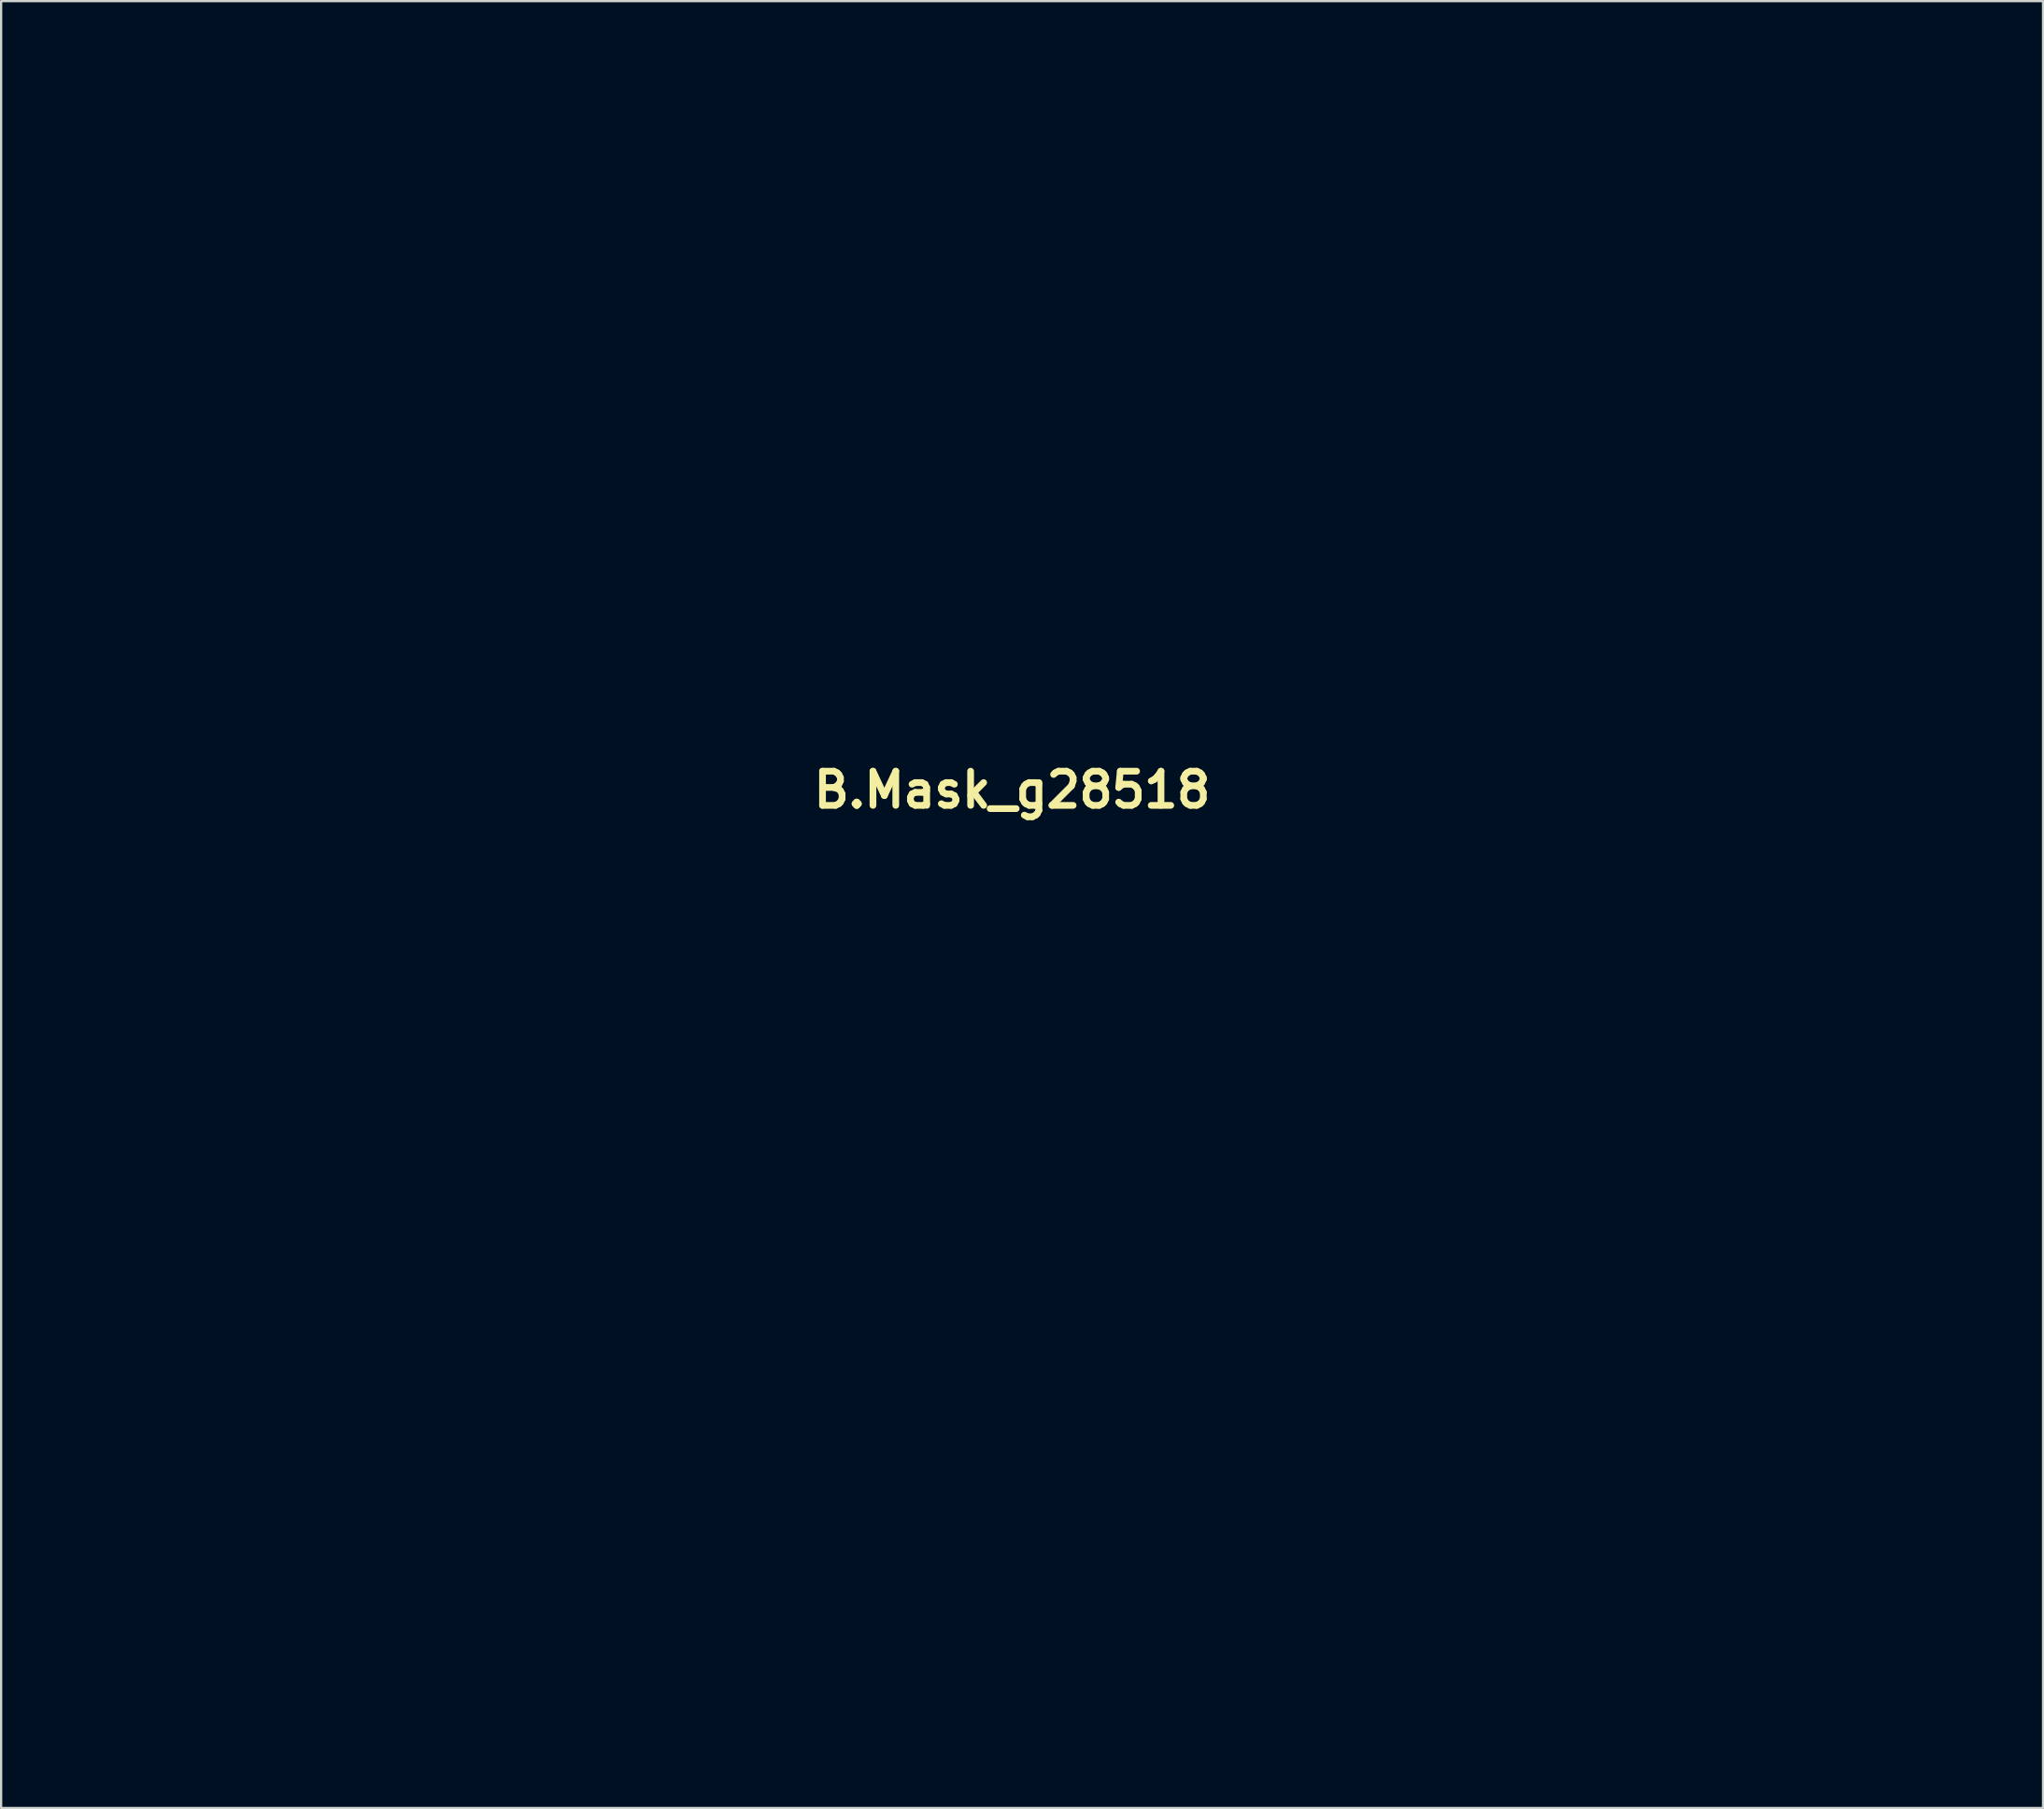
<source format=kicad_pcb>
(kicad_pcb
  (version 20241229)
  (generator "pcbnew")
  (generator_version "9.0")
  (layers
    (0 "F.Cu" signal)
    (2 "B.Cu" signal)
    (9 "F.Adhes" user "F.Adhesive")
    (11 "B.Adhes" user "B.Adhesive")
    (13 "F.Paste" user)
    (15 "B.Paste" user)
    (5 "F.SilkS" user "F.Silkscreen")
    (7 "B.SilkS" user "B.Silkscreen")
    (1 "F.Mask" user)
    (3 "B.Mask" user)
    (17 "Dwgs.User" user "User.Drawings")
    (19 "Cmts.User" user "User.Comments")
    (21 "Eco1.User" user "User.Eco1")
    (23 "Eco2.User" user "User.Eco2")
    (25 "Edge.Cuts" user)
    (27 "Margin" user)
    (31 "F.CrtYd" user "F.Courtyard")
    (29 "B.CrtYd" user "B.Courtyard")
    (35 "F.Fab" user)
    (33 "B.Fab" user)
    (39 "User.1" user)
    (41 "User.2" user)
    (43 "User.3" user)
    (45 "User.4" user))
  (footprint "B.Mask_g28518"
    (layer "F.Cu")
    (at 42.089 32.171)
    (property "Reference" "B.Mask_g28518" (at 0 0 0) (layer "F.SilkS") (effects (font (size 1.524 1.524) (thickness 0.3))))
    (attr through_hole)
    (fp_poly (pts (xy 39.532 12.992) (xy 39.834 13.061) (xy 40.126 13.168) (xy 40.411 13.311) (xy 40.619 13.443) (xy 40.893 13.651) (xy 41.135 13.878) (xy 41.347 14.126) (xy 41.529 14.398) (xy 41.683 14.696) (xy 41.81 15.022) (xy 41.912 15.377) (xy 41.989 15.766) (xy 42.02 15.981) (xy 42.03 16.091) (xy 42.038 16.235) (xy 42.043 16.405) (xy 42.046 16.591) (xy 42.046 16.785) (xy 42.044 16.979) (xy 42.04 17.165) (xy 42.033 17.333) (xy 42.024 17.476) (xy 42.02 17.526) (xy 41.945 18.126) (xy 41.839 18.753) (xy 41.703 19.405) (xy 41.538 20.082) (xy 41.392 20.613) (xy 41.265 21.023) (xy 41.121 21.425) (xy 40.958 21.825) (xy 40.775 22.227) (xy 40.568 22.636) (xy 40.335 23.056) (xy 40.075 23.492) (xy 39.785 23.947) (xy 39.671 24.119) (xy 39.519 24.345) (xy 39.373 24.558) (xy 39.231 24.759) (xy 39.088 24.955) (xy 38.944 25.147) (xy 38.794 25.34) (xy 38.635 25.538) (xy 38.465 25.743) (xy 38.281 25.96) (xy 38.08 26.193) (xy 37.859 26.444) (xy 37.615 26.717) (xy 37.345 27.016) (xy 37.285 27.083) (xy 37.031 27.362) (xy 36.775 27.642) (xy 36.517 27.922) (xy 36.259 28.201) (xy 36.005 28.475) (xy 35.754 28.743) (xy 35.509 29.004) (xy 35.272 29.255) (xy 35.044 29.494) (xy 34.828 29.72) (xy 34.625 29.931) (xy 34.436 30.124) (xy 34.265 30.299) (xy 34.112 30.453) (xy 33.979 30.584) (xy 33.868 30.69) (xy 33.781 30.77) (xy 33.72 30.822) (xy 33.697 30.838) (xy 33.634 30.87) (xy 33.581 30.878) (xy 33.514 30.865) (xy 33.51 30.864) (xy 33.475 30.849) (xy 33.435 30.819) (xy 33.385 30.771) (xy 33.323 30.703) (xy 33.246 30.611) (xy 33.152 30.493) (xy 33.039 30.345) (xy 32.957 30.237) (xy 32.689 29.875) (xy 32.433 29.52) (xy 32.191 29.174) (xy 31.964 28.84) (xy 31.755 28.522) (xy 31.565 28.223) (xy 31.397 27.945) (xy 31.253 27.692) (xy 31.134 27.467) (xy 31.107 27.411) (xy 31.005 27.188) (xy 30.918 26.968) (xy 30.843 26.746) (xy 30.78 26.518) (xy 30.729 26.279) (xy 30.69 26.026) (xy 30.661 25.754) (xy 30.642 25.459) (xy 30.633 25.137) (xy 30.632 24.784) (xy 30.64 24.396) (xy 30.647 24.172) (xy 30.661 23.815) (xy 30.677 23.496) (xy 30.694 23.21) (xy 30.713 22.954) (xy 30.736 22.723) (xy 30.762 22.513) (xy 30.791 22.32) (xy 30.825 22.139) (xy 30.863 21.966) (xy 30.907 21.797) (xy 30.926 21.728) (xy 31.143 21.039) (xy 31.391 20.361) (xy 31.668 19.698) (xy 31.973 19.052) (xy 32.305 18.424) (xy 32.662 17.817) (xy 33.042 17.234) (xy 33.444 16.677) (xy 33.867 16.147) (xy 34.308 15.648) (xy 34.766 15.182) (xy 35.241 14.75) (xy 35.729 14.356) (xy 35.941 14.2) (xy 36.234 13.999) (xy 36.525 13.819) (xy 36.829 13.648) (xy 37.042 13.539) (xy 37.447 13.35) (xy 37.834 13.197) (xy 38.204 13.082) (xy 38.557 13.004) (xy 38.895 12.963) (xy 39.22 12.959) (xy 39.532 12.992)) (stroke (width 0.01) (type solid)) (fill yes) (layer "B.Mask"))
    (fp_poly (pts (xy 14.937 17.105) (xy 15.217 17.108) (xy 15.468 17.112) (xy 15.687 17.119) (xy 15.814 17.124) (xy 16.182 17.146) (xy 16.511 17.175) (xy 16.805 17.212) (xy 17.066 17.258) (xy 17.297 17.312) (xy 17.503 17.377) (xy 17.685 17.453) (xy 17.848 17.541) (xy 17.993 17.642) (xy 18.099 17.732) (xy 18.281 17.926) (xy 18.447 18.157) (xy 18.598 18.422) (xy 18.731 18.719) (xy 18.848 19.045) (xy 18.947 19.396) (xy 19.028 19.772) (xy 19.091 20.168) (xy 19.135 20.582) (xy 19.16 21.012) (xy 19.165 21.455) (xy 19.15 21.908) (xy 19.114 22.368) (xy 19.057 22.834) (xy 19.016 23.093) (xy 18.934 23.516) (xy 18.83 23.937) (xy 18.704 24.359) (xy 18.553 24.788) (xy 18.375 25.23) (xy 18.169 25.69) (xy 17.98 26.08) (xy 17.716 26.586) (xy 17.432 27.091) (xy 17.129 27.593) (xy 16.811 28.089) (xy 16.48 28.576) (xy 16.137 29.051) (xy 15.786 29.51) (xy 15.43 29.95) (xy 15.07 30.369) (xy 14.709 30.762) (xy 14.35 31.127) (xy 13.995 31.461) (xy 13.646 31.761) (xy 13.306 32.023) (xy 13.303 32.025) (xy 12.895 32.294) (xy 12.462 32.531) (xy 12.009 32.733) (xy 11.539 32.898) (xy 11.056 33.026) (xy 10.565 33.114) (xy 10.562 33.115) (xy 10.404 33.133) (xy 10.224 33.146) (xy 10.033 33.155) (xy 9.844 33.159) (xy 9.668 33.157) (xy 9.518 33.15) (xy 9.472 33.146) (xy 9.179 33.106) (xy 8.92 33.047) (xy 8.691 32.969) (xy 8.488 32.868) (xy 8.305 32.744) (xy 8.187 32.642) (xy 7.988 32.429) (xy 7.809 32.182) (xy 7.649 31.901) (xy 7.508 31.585) (xy 7.386 31.233) (xy 7.283 30.846) (xy 7.198 30.423) (xy 7.132 29.963) (xy 7.084 29.465) (xy 7.066 29.187) (xy 7.053 28.739) (xy 7.063 28.294) (xy 7.097 27.845) (xy 7.155 27.385) (xy 7.239 26.908) (xy 7.349 26.407) (xy 7.389 26.244) (xy 7.49 25.861) (xy 7.61 25.445) (xy 7.748 24.996) (xy 7.906 24.512) (xy 8.083 23.994) (xy 8.279 23.44) (xy 8.495 22.85) (xy 8.731 22.225) (xy 8.816 22.003) (xy 8.871 21.86) (xy 8.937 21.692) (xy 9.011 21.501) (xy 9.094 21.289) (xy 9.184 21.061) (xy 9.279 20.818) (xy 9.379 20.564) (xy 9.482 20.302) (xy 9.588 20.033) (xy 9.695 19.762) (xy 9.802 19.492) (xy 9.908 19.224) (xy 10.012 18.962) (xy 10.112 18.709) (xy 10.208 18.468) (xy 10.298 18.241) (xy 10.381 18.031) (xy 10.457 17.843) (xy 10.523 17.677) (xy 10.58 17.537) (xy 10.624 17.427) (xy 10.657 17.348) (xy 10.675 17.304) (xy 10.679 17.296) (xy 10.708 17.285) (xy 10.772 17.271) (xy 10.864 17.255) (xy 10.978 17.238) (xy 11.105 17.221) (xy 11.24 17.204) (xy 11.376 17.189) (xy 11.504 17.177) (xy 11.619 17.168) (xy 11.626 17.167) (xy 11.844 17.156) (xy 12.095 17.145) (xy 12.374 17.135) (xy 12.675 17.126) (xy 12.992 17.119) (xy 13.321 17.113) (xy 13.655 17.109) (xy 13.989 17.105) (xy 14.318 17.104) (xy 14.636 17.103) (xy 14.937 17.105)) (stroke (width 0.01) (type solid)) (fill yes) (layer "B.Mask"))
    (fp_poly (pts (xy 28.361 -3.355) (xy 28.392 -3.335) (xy 28.414 -3.304) (xy 28.43 -3.265) (xy 28.439 -3.218) (xy 28.446 -3.133) (xy 28.452 -3.016) (xy 28.456 -2.873) (xy 28.458 -2.707) (xy 28.459 -2.524) (xy 28.458 -2.329) (xy 28.456 -2.128) (xy 28.452 -1.925) (xy 28.447 -1.725) (xy 28.44 -1.533) (xy 28.432 -1.355) (xy 28.423 -1.196) (xy 28.42 -1.154) (xy 28.375 -0.582) (xy 28.327 -0.05) (xy 28.275 0.443) (xy 28.22 0.9) (xy 28.161 1.322) (xy 28.098 1.711) (xy 28.03 2.069) (xy 27.991 2.254) (xy 27.833 2.911) (xy 27.643 3.585) (xy 27.426 4.269) (xy 27.184 4.957) (xy 26.92 5.641) (xy 26.635 6.315) (xy 26.334 6.972) (xy 26.018 7.606) (xy 25.69 8.209) (xy 25.446 8.625) (xy 25.154 9.086) (xy 24.832 9.557) (xy 24.485 10.034) (xy 24.119 10.509) (xy 23.738 10.976) (xy 23.348 11.427) (xy 22.955 11.857) (xy 22.563 12.259) (xy 22.23 12.579) (xy 21.943 12.84) (xy 21.677 13.069) (xy 21.43 13.269) (xy 21.197 13.442) (xy 20.976 13.59) (xy 20.763 13.716) (xy 20.555 13.821) (xy 20.348 13.909) (xy 20.212 13.958) (xy 20.086 13.998) (xy 19.971 14.031) (xy 19.859 14.056) (xy 19.742 14.075) (xy 19.614 14.088) (xy 19.468 14.098) (xy 19.295 14.103) (xy 19.089 14.107) (xy 19.039 14.107) (xy 18.881 14.109) (xy 18.731 14.109) (xy 18.595 14.109) (xy 18.482 14.108) (xy 18.397 14.107) (xy 18.352 14.105) (xy 18.198 14.092) (xy 18.044 14.075) (xy 17.898 14.055) (xy 17.767 14.034) (xy 17.662 14.012) (xy 17.589 13.991) (xy 17.585 13.989) (xy 17.455 13.927) (xy 17.313 13.837) (xy 17.168 13.73) (xy 17.032 13.611) (xy 16.972 13.551) (xy 16.764 13.305) (xy 16.579 13.023) (xy 16.416 12.706) (xy 16.274 12.353) (xy 16.155 11.964) (xy 16.057 11.54) (xy 15.982 11.079) (xy 15.967 10.964) (xy 15.954 10.826) (xy 15.943 10.655) (xy 15.935 10.457) (xy 15.93 10.242) (xy 15.928 10.018) (xy 15.928 9.793) (xy 15.932 9.576) (xy 15.938 9.374) (xy 15.947 9.197) (xy 15.956 9.091) (xy 16.003 8.645) (xy 16.06 8.232) (xy 16.128 7.844) (xy 16.21 7.473) (xy 16.307 7.11) (xy 16.423 6.747) (xy 16.559 6.376) (xy 16.717 5.987) (xy 16.871 5.636) (xy 17.215 4.915) (xy 17.576 4.231) (xy 17.956 3.583) (xy 18.355 2.969) (xy 18.776 2.388) (xy 19.219 1.838) (xy 19.687 1.318) (xy 20.179 0.825) (xy 20.699 0.359) (xy 21.246 -0.083) (xy 21.823 -0.502) (xy 22.064 -0.664) (xy 22.404 -0.883) (xy 22.753 -1.097) (xy 23.102 -1.301) (xy 23.442 -1.489) (xy 23.765 -1.657) (xy 23.95 -1.747) (xy 24.104 -1.818) (xy 24.293 -1.9) (xy 24.512 -1.993) (xy 24.758 -2.094) (xy 25.026 -2.201) (xy 25.31 -2.314) (xy 25.607 -2.429) (xy 25.911 -2.546) (xy 26.218 -2.662) (xy 26.524 -2.776) (xy 26.824 -2.886) (xy 27.113 -2.991) (xy 27.386 -3.087) (xy 27.64 -3.174) (xy 27.739 -3.207) (xy 27.916 -3.266) (xy 28.059 -3.31) (xy 28.17 -3.341) (xy 28.254 -3.359) (xy 28.316 -3.363) (xy 28.361 -3.355)) (stroke (width 0.01) (type solid)) (fill yes) (layer "B.Mask"))
    (fp_poly (pts (xy 39.254 -4.793) (xy 39.444 -4.79) (xy 39.603 -4.78) (xy 39.743 -4.762) (xy 39.874 -4.734) (xy 40.009 -4.693) (xy 40.158 -4.638) (xy 40.165 -4.635) (xy 40.442 -4.504) (xy 40.708 -4.334) (xy 40.958 -4.129) (xy 41.19 -3.891) (xy 41.399 -3.624) (xy 41.546 -3.397) (xy 41.641 -3.215) (xy 41.738 -2.994) (xy 41.835 -2.737) (xy 41.932 -2.446) (xy 42.028 -2.126) (xy 42.122 -1.777) (xy 42.215 -1.405) (xy 42.304 -1.011) (xy 42.391 -0.599) (xy 42.473 -0.172) (xy 42.55 0.267) (xy 42.622 0.716) (xy 42.689 1.17) (xy 42.748 1.628) (xy 42.801 2.087) (xy 42.846 2.542) (xy 42.882 2.991) (xy 42.883 3.006) (xy 42.893 3.144) (xy 42.902 3.303) (xy 42.912 3.476) (xy 42.922 3.66) (xy 42.932 3.848) (xy 42.941 4.037) (xy 42.95 4.222) (xy 42.957 4.398) (xy 42.964 4.561) (xy 42.969 4.704) (xy 42.973 4.825) (xy 42.975 4.917) (xy 42.975 4.976) (xy 42.973 4.997) (xy 42.95 5.016) (xy 42.896 5.059) (xy 42.815 5.123) (xy 42.708 5.207) (xy 42.579 5.309) (xy 42.43 5.426) (xy 42.265 5.556) (xy 42.085 5.698) (xy 41.894 5.848) (xy 41.694 6.005) (xy 41.488 6.167) (xy 41.279 6.331) (xy 41.07 6.495) (xy 40.862 6.658) (xy 40.66 6.817) (xy 40.465 6.969) (xy 40.281 7.114) (xy 40.11 7.247) (xy 39.955 7.369) (xy 39.818 7.476) (xy 39.703 7.565) (xy 39.612 7.636) (xy 39.603 7.644) (xy 39.12 8.017) (xy 38.669 8.364) (xy 38.248 8.685) (xy 37.856 8.98) (xy 37.492 9.251) (xy 37.155 9.498) (xy 36.843 9.723) (xy 36.557 9.925) (xy 36.294 10.105) (xy 36.054 10.265) (xy 35.835 10.405) (xy 35.638 10.526) (xy 35.459 10.628) (xy 35.299 10.712) (xy 35.215 10.753) (xy 35.081 10.809) (xy 34.914 10.867) (xy 34.725 10.925) (xy 34.522 10.98) (xy 34.316 11.029) (xy 34.117 11.071) (xy 33.933 11.103) (xy 33.867 11.112) (xy 33.744 11.122) (xy 33.597 11.129) (xy 33.436 11.131) (xy 33.273 11.129) (xy 33.121 11.122) (xy 32.99 11.112) (xy 32.914 11.102) (xy 32.596 11.03) (xy 32.303 10.925) (xy 32.03 10.785) (xy 31.773 10.607) (xy 31.551 10.415) (xy 31.302 10.146) (xy 31.081 9.846) (xy 30.89 9.516) (xy 30.727 9.156) (xy 30.594 8.767) (xy 30.49 8.348) (xy 30.424 7.959) (xy 30.399 7.704) (xy 30.388 7.413) (xy 30.39 7.092) (xy 30.406 6.745) (xy 30.435 6.377) (xy 30.476 5.992) (xy 30.528 5.594) (xy 30.592 5.189) (xy 30.667 4.781) (xy 30.752 4.374) (xy 30.82 4.085) (xy 31.003 3.399) (xy 31.21 2.746) (xy 31.444 2.122) (xy 31.705 1.526) (xy 31.994 0.954) (xy 32.314 0.404) (xy 32.666 -0.128) (xy 33.052 -0.643) (xy 33.473 -1.146) (xy 33.894 -1.602) (xy 34.284 -1.99) (xy 34.685 -2.362) (xy 35.093 -2.716) (xy 35.507 -3.05) (xy 35.923 -3.361) (xy 36.338 -3.649) (xy 36.749 -3.91) (xy 37.153 -4.142) (xy 37.547 -4.344) (xy 37.928 -4.514) (xy 38.294 -4.649) (xy 38.417 -4.688) (xy 38.555 -4.726) (xy 38.677 -4.755) (xy 38.797 -4.774) (xy 38.925 -4.786) (xy 39.072 -4.792) (xy 39.25 -4.793) (xy 39.254 -4.793)) (stroke (width 0.01) (type solid)) (fill yes) (layer "B.Mask"))
    (fp_poly (pts (xy -23.263 -32.139) (xy -23.25 -32.122) (xy -23.235 -32.092) (xy -23.226 -32.056) (xy -23.222 -32.003) (xy -23.223 -31.926) (xy -23.229 -31.818) (xy -23.243 -31.597) (xy -23.263 -31.339) (xy -23.288 -31.048) (xy -23.317 -30.73) (xy -23.35 -30.39) (xy -23.386 -30.032) (xy -23.424 -29.662) (xy -23.465 -29.283) (xy -23.507 -28.902) (xy -23.55 -28.522) (xy -23.594 -28.149) (xy -23.638 -27.788) (xy -23.681 -27.443) (xy -23.724 -27.119) (xy -23.764 -26.822) (xy -23.783 -26.691) (xy -23.876 -26.115) (xy -23.987 -25.56) (xy -24.116 -25.021) (xy -24.266 -24.494) (xy -24.438 -23.976) (xy -24.633 -23.462) (xy -24.854 -22.948) (xy -25.102 -22.43) (xy -25.379 -21.904) (xy -25.686 -21.366) (xy -26.025 -20.812) (xy -26.345 -20.317) (xy -26.562 -19.996) (xy -26.78 -19.691) (xy -26.996 -19.404) (xy -27.209 -19.136) (xy -27.415 -18.891) (xy -27.614 -18.671) (xy -27.804 -18.477) (xy -27.982 -18.312) (xy -28.146 -18.178) (xy -28.295 -18.077) (xy -28.427 -18.011) (xy -28.43 -18.01) (xy -28.506 -17.986) (xy -28.578 -17.977) (xy -28.669 -17.981) (xy -28.683 -17.983) (xy -28.764 -17.989) (xy -28.82 -17.986) (xy -28.867 -17.971) (xy -28.921 -17.942) (xy -28.981 -17.9) (xy -29.05 -17.836) (xy -29.133 -17.748) (xy -29.233 -17.631) (xy -29.351 -17.483) (xy -29.368 -17.462) (xy -29.423 -17.392) (xy -29.469 -17.333) (xy -29.499 -17.296) (xy -29.507 -17.287) (xy -29.529 -17.29) (xy -29.584 -17.309) (xy -29.665 -17.343) (xy -29.766 -17.387) (xy -29.881 -17.44) (xy -29.904 -17.45) (xy -30.027 -17.508) (xy -30.145 -17.561) (xy -30.247 -17.605) (xy -30.327 -17.638) (xy -30.378 -17.656) (xy -30.38 -17.656) (xy -30.443 -17.67) (xy -30.488 -17.666) (xy -30.536 -17.643) (xy -30.551 -17.634) (xy -30.645 -17.561) (xy -30.751 -17.45) (xy -30.868 -17.305) (xy -30.993 -17.128) (xy -31.125 -16.921) (xy -31.261 -16.688) (xy -31.295 -16.626) (xy -31.411 -16.421) (xy -31.514 -16.252) (xy -31.609 -16.114) (xy -31.699 -16.004) (xy -31.789 -15.919) (xy -31.883 -15.856) (xy -31.984 -15.809) (xy -32.098 -15.777) (xy -32.227 -15.755) (xy -32.286 -15.748) (xy -32.434 -15.737) (xy -32.609 -15.732) (xy -32.797 -15.731) (xy -32.982 -15.736) (xy -33.15 -15.747) (xy -33.189 -15.75) (xy -33.385 -15.781) (xy -33.552 -15.834) (xy -33.697 -15.915) (xy -33.831 -16.028) (xy -33.936 -16.145) (xy -34.14 -16.426) (xy -34.316 -16.738) (xy -34.467 -17.081) (xy -34.591 -17.455) (xy -34.689 -17.861) (xy -34.761 -18.3) (xy -34.796 -18.627) (xy -34.803 -18.715) (xy -34.81 -18.838) (xy -34.819 -18.984) (xy -34.828 -19.147) (xy -34.836 -19.317) (xy -34.843 -19.454) (xy -34.869 -20.039) (xy -34.502 -20.597) (xy -34.31 -20.889) (xy -34.135 -21.151) (xy -33.973 -21.391) (xy -33.818 -21.616) (xy -33.665 -21.833) (xy -33.511 -22.049) (xy -33.349 -22.27) (xy -33.176 -22.504) (xy -33.076 -22.638) (xy -32.645 -23.202) (xy -32.193 -23.774) (xy -31.725 -24.35) (xy -31.244 -24.925) (xy -30.752 -25.497) (xy -30.255 -26.061) (xy -29.754 -26.613) (xy -29.253 -27.149) (xy -28.757 -27.666) (xy -28.268 -28.16) (xy -27.79 -28.627) (xy -27.327 -29.063) (xy -27.03 -29.333) (xy -26.796 -29.54) (xy -26.551 -29.751) (xy -26.3 -29.965) (xy -26.043 -30.179) (xy -25.784 -30.392) (xy -25.525 -30.602) (xy -25.269 -30.807) (xy -25.018 -31.004) (xy -24.774 -31.192) (xy -24.54 -31.37) (xy -24.319 -31.534) (xy -24.113 -31.684) (xy -23.925 -31.817) (xy -23.756 -31.932) (xy -23.61 -32.026) (xy -23.489 -32.097) (xy -23.396 -32.145) (xy -23.343 -32.163) (xy -23.297 -32.166) (xy -23.263 -32.139)) (stroke (width 0.01) (type solid)) (fill yes) (layer "B.Mask"))
    (fp_poly (pts (xy 25.35 26.194) (xy 25.568 26.195) (xy 25.752 26.198) (xy 25.907 26.202) (xy 26.036 26.208) (xy 26.144 26.217) (xy 26.235 26.228) (xy 26.313 26.243) (xy 26.382 26.262) (xy 26.447 26.285) (xy 26.512 26.312) (xy 26.559 26.334) (xy 26.769 26.456) (xy 26.972 26.618) (xy 27.166 26.816) (xy 27.349 27.048) (xy 27.52 27.311) (xy 27.677 27.603) (xy 27.818 27.921) (xy 27.943 28.263) (xy 28.05 28.625) (xy 28.13 28.976) (xy 28.195 29.387) (xy 28.23 29.816) (xy 28.233 30.266) (xy 28.206 30.74) (xy 28.148 31.24) (xy 28.108 31.494) (xy 27.995 32.073) (xy 27.848 32.668) (xy 27.67 33.275) (xy 27.462 33.888) (xy 27.227 34.503) (xy 26.967 35.115) (xy 26.685 35.717) (xy 26.383 36.305) (xy 26.062 36.873) (xy 25.726 37.417) (xy 25.377 37.931) (xy 25.238 38.121) (xy 25.014 38.412) (xy 24.763 38.72) (xy 24.493 39.035) (xy 24.211 39.351) (xy 23.924 39.659) (xy 23.64 39.952) (xy 23.366 40.22) (xy 23.207 40.369) (xy 22.799 40.728) (xy 22.403 41.049) (xy 22.017 41.334) (xy 21.64 41.582) (xy 21.268 41.796) (xy 20.899 41.976) (xy 20.532 42.125) (xy 20.163 42.242) (xy 19.791 42.331) (xy 19.717 42.345) (xy 19.644 42.355) (xy 19.539 42.364) (xy 19.409 42.372) (xy 19.262 42.379) (xy 19.107 42.385) (xy 18.951 42.389) (xy 18.803 42.392) (xy 18.67 42.392) (xy 18.561 42.39) (xy 18.484 42.386) (xy 18.468 42.384) (xy 18.367 42.367) (xy 18.265 42.344) (xy 18.159 42.314) (xy 18.048 42.276) (xy 17.928 42.228) (xy 17.798 42.17) (xy 17.654 42.099) (xy 17.495 42.015) (xy 17.318 41.917) (xy 17.12 41.802) (xy 16.9 41.67) (xy 16.654 41.52) (xy 16.381 41.35) (xy 16.078 41.159) (xy 15.742 40.945) (xy 15.716 40.928) (xy 15.516 40.801) (xy 15.309 40.669) (xy 15.1 40.537) (xy 14.893 40.405) (xy 14.69 40.278) (xy 14.498 40.156) (xy 14.318 40.044) (xy 14.156 39.942) (xy 14.015 39.854) (xy 13.899 39.782) (xy 13.812 39.729) (xy 13.77 39.703) (xy 13.713 39.666) (xy 13.688 39.639) (xy 13.689 39.614) (xy 13.691 39.608) (xy 13.711 39.57) (xy 13.75 39.498) (xy 13.805 39.395) (xy 13.875 39.264) (xy 13.958 39.108) (xy 14.053 38.93) (xy 14.158 38.734) (xy 14.271 38.521) (xy 14.391 38.297) (xy 14.516 38.063) (xy 14.644 37.823) (xy 14.775 37.579) (xy 14.905 37.336) (xy 15.033 37.095) (xy 15.159 36.861) (xy 15.279 36.636) (xy 15.393 36.423) (xy 15.498 36.226) (xy 15.594 36.048) (xy 15.678 35.891) (xy 15.679 35.888) (xy 15.988 35.313) (xy 16.279 34.774) (xy 16.552 34.269) (xy 16.81 33.797) (xy 17.052 33.356) (xy 17.28 32.944) (xy 17.495 32.56) (xy 17.699 32.202) (xy 17.891 31.869) (xy 18.074 31.558) (xy 18.248 31.268) (xy 18.415 30.998) (xy 18.575 30.746) (xy 18.729 30.51) (xy 18.879 30.288) (xy 19.026 30.079) (xy 19.17 29.881) (xy 19.314 29.693) (xy 19.456 29.513) (xy 19.6 29.339) (xy 19.746 29.169) (xy 19.895 29.002) (xy 20.048 28.837) (xy 20.206 28.671) (xy 20.37 28.503) (xy 20.509 28.363) (xy 20.844 28.04) (xy 21.166 27.751) (xy 21.481 27.491) (xy 21.796 27.256) (xy 22.117 27.042) (xy 22.449 26.844) (xy 22.799 26.659) (xy 23.126 26.502) (xy 23.268 26.438) (xy 23.394 26.384) (xy 23.509 26.338) (xy 23.619 26.3) (xy 23.728 26.27) (xy 23.841 26.246) (xy 23.962 26.227) (xy 24.098 26.214) (xy 24.252 26.205) (xy 24.43 26.199) (xy 24.637 26.196) (xy 24.877 26.194) (xy 25.093 26.194) (xy 25.35 26.194)) (stroke (width 0.01) (type solid)) (fill yes) (layer "B.Mask"))
    (fp_poly (pts (xy -34.153 -12.102) (xy -34.071 -12.101) (xy -34.024 -12.098) (xy -34.015 -12.096) (xy -34.025 -12.068) (xy -34.054 -12.006) (xy -34.1 -11.913) (xy -34.161 -11.794) (xy -34.236 -11.65) (xy -34.322 -11.486) (xy -34.419 -11.304) (xy -34.524 -11.109) (xy -34.636 -10.902) (xy -34.753 -10.688) (xy -34.873 -10.47) (xy -34.994 -10.251) (xy -35.057 -10.139) (xy -35.178 -9.922) (xy -35.305 -9.694) (xy -35.434 -9.461) (xy -35.562 -9.232) (xy -35.685 -9.012) (xy -35.798 -8.808) (xy -35.899 -8.628) (xy -35.977 -8.488) (xy -36.189 -8.107) (xy -36.38 -7.758) (xy -36.555 -7.436) (xy -36.714 -7.138) (xy -36.861 -6.86) (xy -36.996 -6.596) (xy -37.033 -6.525) (xy -37.14 -6.307) (xy -37.226 -6.121) (xy -37.29 -5.965) (xy -37.333 -5.835) (xy -37.357 -5.729) (xy -37.362 -5.643) (xy -37.349 -5.575) (xy -37.33 -5.537) (xy -37.304 -5.506) (xy -37.251 -5.453) (xy -37.179 -5.383) (xy -37.093 -5.304) (xy -37.028 -5.246) (xy -36.888 -5.117) (xy -36.782 -5.009) (xy -36.707 -4.918) (xy -36.66 -4.842) (xy -36.641 -4.778) (xy -36.639 -4.76) (xy -36.654 -4.706) (xy -36.695 -4.635) (xy -36.722 -4.599) (xy -36.795 -4.5) (xy -36.841 -4.418) (xy -36.865 -4.342) (xy -36.872 -4.262) (xy -36.872 -4.26) (xy -36.859 -4.156) (xy -36.817 -4.05) (xy -36.746 -3.941) (xy -36.642 -3.827) (xy -36.504 -3.704) (xy -36.33 -3.571) (xy -36.145 -3.442) (xy -36.006 -3.347) (xy -35.876 -3.251) (xy -35.759 -3.158) (xy -35.661 -3.073) (xy -35.587 -3.001) (xy -35.54 -2.944) (xy -35.528 -2.921) (xy -35.527 -2.894) (xy -35.537 -2.851) (xy -35.558 -2.791) (xy -35.592 -2.71) (xy -35.639 -2.608) (xy -35.699 -2.482) (xy -35.775 -2.332) (xy -35.867 -2.155) (xy -35.975 -1.949) (xy -36.101 -1.713) (xy -36.245 -1.446) (xy -36.409 -1.145) (xy -36.569 -0.851) (xy -36.662 -0.682) (xy -36.748 -0.523) (xy -36.827 -0.378) (xy -36.894 -0.252) (xy -36.95 -0.148) (xy -36.991 -0.071) (xy -37.014 -0.025) (xy -37.019 -0.014) (xy -37.034 0.017) (xy -37.066 0.081) (xy -37.112 0.169) (xy -37.169 0.278) (xy -37.234 0.4) (xy -37.275 0.477) (xy -37.385 0.684) (xy -37.496 0.899) (xy -37.606 1.114) (xy -37.708 1.32) (xy -37.8 1.508) (xy -37.876 1.67) (xy -37.892 1.705) (xy -37.972 1.84) (xy -38.089 1.98) (xy -38.24 2.124) (xy -38.422 2.27) (xy -38.631 2.416) (xy -38.863 2.559) (xy -39.114 2.698) (xy -39.38 2.83) (xy -39.659 2.954) (xy -39.946 3.067) (xy -40.237 3.168) (xy -40.529 3.254) (xy -40.818 3.323) (xy -40.82 3.324) (xy -41.006 3.359) (xy -41.19 3.388) (xy -41.365 3.408) (xy -41.522 3.421) (xy -41.656 3.424) (xy -41.758 3.417) (xy -41.777 3.414) (xy -41.851 3.382) (xy -41.914 3.315) (xy -41.966 3.211) (xy -42.007 3.07) (xy -42.038 2.9) (xy -42.05 2.788) (xy -42.06 2.64) (xy -42.068 2.46) (xy -42.075 2.252) (xy -42.08 2.024) (xy -42.083 1.779) (xy -42.084 1.522) (xy -42.083 1.26) (xy -42.08 0.997) (xy -42.075 0.738) (xy -42.069 0.488) (xy -42.061 0.254) (xy -42.05 0.039) (xy -42.039 -0.148) (xy -42.03 -0.27) (xy -42.019 -0.421) (xy -42.006 -0.588) (xy -41.994 -0.756) (xy -41.984 -0.9) (xy -41.959 -1.205) (xy -41.93 -1.499) (xy -41.896 -1.791) (xy -41.855 -2.088) (xy -41.807 -2.397) (xy -41.75 -2.728) (xy -41.683 -3.087) (xy -41.643 -3.291) (xy -41.518 -3.898) (xy -41.377 -4.534) (xy -41.222 -5.191) (xy -41.056 -5.861) (xy -40.881 -6.534) (xy -40.698 -7.201) (xy -40.511 -7.855) (xy -40.322 -8.487) (xy -40.132 -9.087) (xy -40.117 -9.133) (xy -40.087 -9.224) (xy -40.048 -9.342) (xy -40 -9.485) (xy -39.944 -9.648) (xy -39.883 -9.828) (xy -39.817 -10.02) (xy -39.749 -10.221) (xy -39.678 -10.427) (xy -39.607 -10.634) (xy -39.537 -10.838) (xy -39.469 -11.034) (xy -39.405 -11.22) (xy -39.346 -11.391) (xy -39.293 -11.544) (xy -39.247 -11.673) (xy -39.211 -11.777) (xy -39.185 -11.849) (xy -39.171 -11.888) (xy -39.168 -11.893) (xy -39.143 -11.899) (xy -39.08 -11.906) (xy -38.982 -11.915) (xy -38.854 -11.926) (xy -38.7 -11.937) (xy -38.524 -11.95) (xy -38.33 -11.963) (xy -38.122 -11.976) (xy -37.904 -11.989) (xy -37.68 -12.002) (xy -37.455 -12.015) (xy -37.231 -12.027) (xy -37.014 -12.038) (xy -36.807 -12.048) (xy -36.614 -12.056) (xy -36.44 -12.063) (xy -36.428 -12.064) (xy -36.237 -12.07) (xy -36.033 -12.075) (xy -35.819 -12.081) (xy -35.601 -12.086) (xy -35.381 -12.09) (xy -35.164 -12.094) (xy -34.954 -12.097) (xy -34.756 -12.1) (xy -34.572 -12.102) (xy -34.408 -12.103) (xy -34.267 -12.103) (xy -34.153 -12.102)) (stroke (width 0.01) (type solid)) (fill yes) (layer "B.Mask")))
  (gr_rect
    (start -3 -3)
    (end 88.068 77.568)
    (stroke (width 0.1) (type default))
    (fill no)
    (layer "Edge.Cuts")))
</source>
